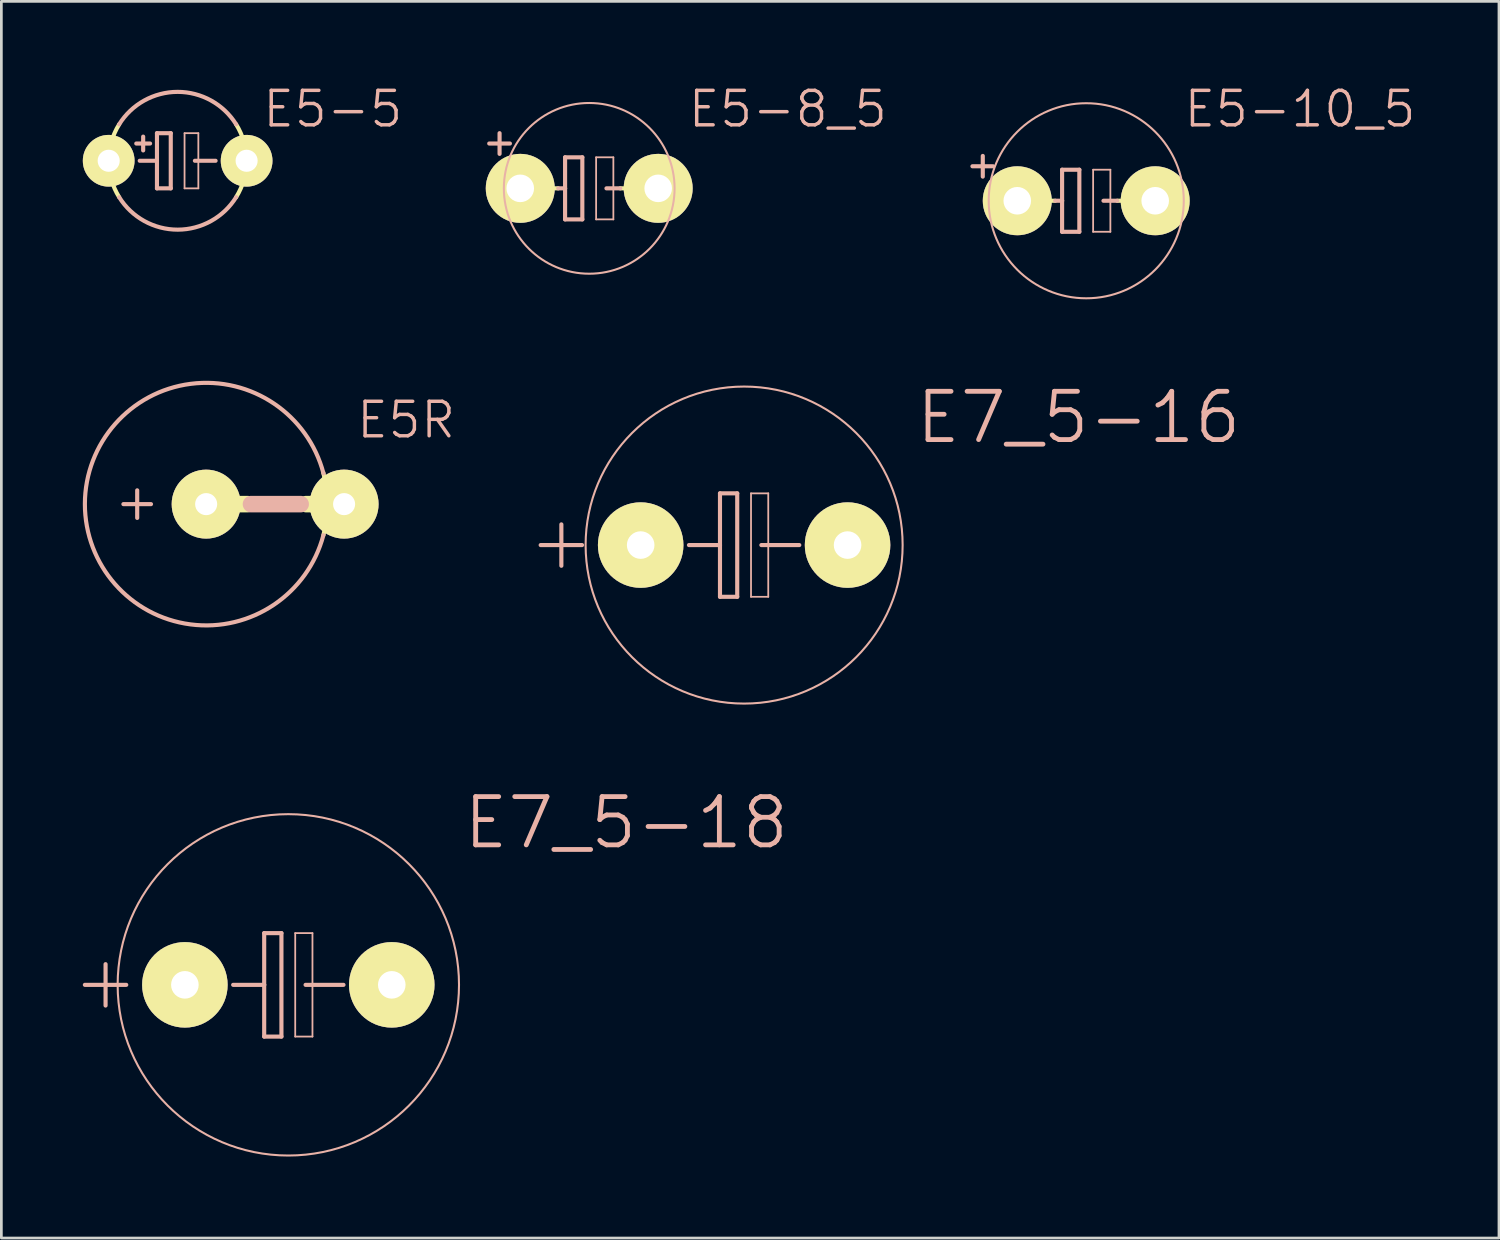
<source format=kicad_pcb>
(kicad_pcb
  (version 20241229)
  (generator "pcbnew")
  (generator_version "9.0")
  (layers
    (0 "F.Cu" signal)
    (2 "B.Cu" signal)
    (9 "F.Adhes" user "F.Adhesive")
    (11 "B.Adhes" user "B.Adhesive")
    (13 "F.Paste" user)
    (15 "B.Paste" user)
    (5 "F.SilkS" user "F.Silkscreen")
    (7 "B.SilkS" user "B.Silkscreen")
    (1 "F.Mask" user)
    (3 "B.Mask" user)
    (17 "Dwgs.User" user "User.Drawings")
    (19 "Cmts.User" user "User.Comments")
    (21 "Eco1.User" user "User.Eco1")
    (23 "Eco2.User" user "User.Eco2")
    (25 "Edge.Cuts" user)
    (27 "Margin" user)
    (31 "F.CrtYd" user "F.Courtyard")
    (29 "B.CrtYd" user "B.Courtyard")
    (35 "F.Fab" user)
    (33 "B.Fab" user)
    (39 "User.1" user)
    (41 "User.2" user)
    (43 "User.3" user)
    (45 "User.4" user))
  (footprint "E7_5-18"
    (layer "F.Cu")
    (at 7.569 33.222)
    (property "Reference" "E7_5-18" (at 12.446 -5.969 0) (layer "B.SilkS") (effects (font (size 1.778 1.778) (thickness 0.178))))
    (attr exclude_from_pos_files exclude_from_bom)
    (fp_line (start -7.493 0) (end -5.969 0) (stroke (width 0.152) (type solid)) (layer "B.SilkS"))
    (fp_line (start -6.731 0.762) (end -6.731 -0.762) (stroke (width 0.152) (type solid)) (layer "B.SilkS"))
    (fp_line (start -0.889 -1.905) (end -0.889 0) (stroke (width 0.152) (type solid)) (layer "B.SilkS"))
    (fp_line (start -0.889 0) (end -2.032 0) (stroke (width 0.152) (type solid)) (layer "B.SilkS"))
    (fp_line (start -0.889 0) (end -0.889 1.905) (stroke (width 0.152) (type solid)) (layer "B.SilkS"))
    (fp_line (start -0.889 1.905) (end -0.254 1.905) (stroke (width 0.152) (type solid)) (layer "B.SilkS"))
    (fp_line (start -0.254 -1.905) (end -0.889 -1.905) (stroke (width 0.152) (type solid)) (layer "B.SilkS"))
    (fp_line (start -0.254 1.905) (end -0.254 -1.905) (stroke (width 0.152) (type solid)) (layer "B.SilkS"))
    (fp_line (start 0.254 -1.905) (end 0.889 -1.905) (stroke (width 0.066) (type solid)) (layer "B.SilkS"))
    (fp_line (start 0.254 1.905) (end 0.254 -1.905) (stroke (width 0.066) (type solid)) (layer "B.SilkS"))
    (fp_line (start 0.254 1.905) (end 0.889 1.905) (stroke (width 0.066) (type solid)) (layer "B.SilkS"))
    (fp_line (start 0.635 0) (end 2.032 0) (stroke (width 0.152) (type solid)) (layer "B.SilkS"))
    (fp_line (start 0.889 1.905) (end 0.889 -1.905) (stroke (width 0.066) (type solid)) (layer "B.SilkS"))
    (fp_circle (center 0 0) (end -4.445 4.445) (stroke (width 0.076) (type solid)) (fill no) (layer "B.SilkS"))
    (pad "+" thru_hole circle (at -3.81 0) (size 3.15 3.15) (drill 1.016) (layers "*.Cu" "F.Mask" "F.SilkS" "F.Paste"))
    (pad "-" thru_hole circle (at 3.81 0) (size 3.15 3.15) (drill 1.016) (layers "*.Cu" "F.Mask" "F.SilkS" "F.Paste")))
  (footprint "E5-8_5"
    (layer "F.Cu")
    (at 18.651 3.887)
    (property "Reference" "E5-8_5" (at 7.315 -2.921 0) (layer "B.SilkS") (effects (font (size 1.27 1.27) (thickness 0.127))))
    (attr exclude_from_pos_files exclude_from_bom)
    (fp_line (start -1.651 0) (end -1.143 0) (stroke (width 0.152) (type solid)) (layer "F.SilkS"))
    (fp_line (start 1.143 0) (end 1.651 0) (stroke (width 0.152) (type solid)) (layer "F.SilkS"))
    (fp_line (start -3.683 -1.651) (end -2.921 -1.651) (stroke (width 0.152) (type solid)) (layer "B.SilkS"))
    (fp_line (start -3.302 -2.032) (end -3.302 -1.27) (stroke (width 0.152) (type solid)) (layer "B.SilkS"))
    (fp_line (start -1.143 0) (end -0.889 0) (stroke (width 0.152) (type solid)) (layer "B.SilkS"))
    (fp_line (start -0.889 -1.143) (end -0.889 0) (stroke (width 0.152) (type solid)) (layer "B.SilkS"))
    (fp_line (start -0.889 0) (end -0.889 1.143) (stroke (width 0.152) (type solid)) (layer "B.SilkS"))
    (fp_line (start -0.889 1.143) (end -0.254 1.143) (stroke (width 0.152) (type solid)) (layer "B.SilkS"))
    (fp_line (start -0.254 -1.143) (end -0.889 -1.143) (stroke (width 0.152) (type solid)) (layer "B.SilkS"))
    (fp_line (start -0.254 1.143) (end -0.254 -1.143) (stroke (width 0.152) (type solid)) (layer "B.SilkS"))
    (fp_line (start 0.254 -1.143) (end 0.889 -1.143) (stroke (width 0.066) (type solid)) (layer "B.SilkS"))
    (fp_line (start 0.254 1.143) (end 0.254 -1.143) (stroke (width 0.066) (type solid)) (layer "B.SilkS"))
    (fp_line (start 0.254 1.143) (end 0.889 1.143) (stroke (width 0.066) (type solid)) (layer "B.SilkS"))
    (fp_line (start 0.635 0) (end 1.143 0) (stroke (width 0.152) (type solid)) (layer "B.SilkS"))
    (fp_line (start 0.889 1.143) (end 0.889 -1.143) (stroke (width 0.066) (type solid)) (layer "B.SilkS"))
    (fp_circle (center 0 0) (end -2.223 2.223) (stroke (width 0.076) (type solid)) (fill no) (layer "B.SilkS"))
    (pad "+" thru_hole circle (at -2.54 0) (size 2.54 2.54) (drill 1.016) (layers "*.Cu" "F.Mask" "F.SilkS" "F.Paste"))
    (pad "-" thru_hole circle (at 2.54 0) (size 2.54 2.54) (drill 1.016) (layers "*.Cu" "F.Mask" "F.SilkS" "F.Paste")))
  (footprint "E5-5"
    (layer "F.Cu")
    (at 3.493 2.871)
    (property "Reference" "E5-5" (at 5.715 -1.905 0) (layer "B.SilkS") (effects (font (size 1.27 1.27) (thickness 0.127))))
    (attr exclude_from_pos_files exclude_from_bom)
    (fp_arc (start -2.15392 1.34112) (mid -2.537316 0.000359) (end -2.154299 -1.34051) (stroke (width 0.1524) (type solid)) (layer "F.SilkS"))
    (fp_arc (start 2.15392 -1.34112) (mid 2.537316 -0.000359) (end 2.154299 1.34051) (stroke (width 0.1524) (type solid)) (layer "F.SilkS"))
    (fp_line (start -1.524 -0.635) (end -1.016 -0.635) (stroke (width 0.152) (type solid)) (layer "B.SilkS"))
    (fp_line (start -1.397 0) (end -0.762 0) (stroke (width 0.152) (type solid)) (layer "B.SilkS"))
    (fp_line (start -1.27 -0.381) (end -1.27 -0.889) (stroke (width 0.152) (type solid)) (layer "B.SilkS"))
    (fp_line (start -0.762 -1.016) (end -0.762 0) (stroke (width 0.152) (type solid)) (layer "B.SilkS"))
    (fp_line (start -0.762 0) (end -0.762 1.016) (stroke (width 0.152) (type solid)) (layer "B.SilkS"))
    (fp_line (start -0.762 1.016) (end -0.254 1.016) (stroke (width 0.152) (type solid)) (layer "B.SilkS"))
    (fp_line (start -0.254 -1.016) (end -0.762 -1.016) (stroke (width 0.152) (type solid)) (layer "B.SilkS"))
    (fp_line (start -0.254 1.016) (end -0.254 -1.016) (stroke (width 0.152) (type solid)) (layer "B.SilkS"))
    (fp_line (start 0.254 -1.016) (end 0.762 -1.016) (stroke (width 0.066) (type solid)) (layer "B.SilkS"))
    (fp_line (start 0.254 1.016) (end 0.254 -1.016) (stroke (width 0.066) (type solid)) (layer "B.SilkS"))
    (fp_line (start 0.254 1.016) (end 0.762 1.016) (stroke (width 0.066) (type solid)) (layer "B.SilkS"))
    (fp_line (start 0.635 0) (end 1.397 0) (stroke (width 0.152) (type solid)) (layer "B.SilkS"))
    (fp_line (start 0.762 1.016) (end 0.762 -1.016) (stroke (width 0.066) (type solid)) (layer "B.SilkS"))
    (fp_arc (start -2.15392 -1.34112) (mid -0.001855 -2.537316) (end 2.151957 -1.344268) (stroke (width 0.1524) (type solid)) (layer "B.SilkS"))
    (fp_arc (start 2.15392 1.34112) (mid 0.001855 2.537316) (end -2.151957 1.344268) (stroke (width 0.1524) (type solid)) (layer "B.SilkS"))
    (pad "+" thru_hole circle (at -2.54 0) (size 1.905 1.905) (drill 0.813) (layers "*.Cu" "F.Mask" "F.SilkS" "F.Paste"))
    (pad "-" thru_hole circle (at 2.54 0) (size 1.905 1.905) (drill 0.813) (layers "*.Cu" "F.Mask" "F.SilkS" "F.Paste")))
  (footprint "E5R"
    (layer "F.Cu")
    (at 7.083 15.517)
    (property "Reference" "E5R" (at 4.826 -3.099 0) (layer "B.SilkS") (effects (font (size 1.27 1.27) (thickness 0.127))))
    (attr exclude_from_pos_files exclude_from_bom)
    (fp_line (start -2.54 0) (end -1.016 0) (stroke (width 0.61) (type solid)) (layer "F.SilkS"))
    (fp_line (start 2.54 0) (end 1.143 0) (stroke (width 0.61) (type solid)) (layer "F.SilkS"))
    (fp_arc (start 1.77292 -1.16078) (mid 1.926377 -0.012757) (end 1.77948 1.136124) (stroke (width 0.1524) (type solid)) (layer "F.SilkS"))
    (fp_line (start -5.588 0) (end -4.572 0) (stroke (width 0.152) (type solid)) (layer "B.SilkS"))
    (fp_line (start -5.08 0.508) (end -5.08 -0.508) (stroke (width 0.152) (type solid)) (layer "B.SilkS"))
    (fp_line (start -0.889 0) (end 0.94 0) (stroke (width 0.61) (type solid)) (layer "B.SilkS"))
    (fp_arc (start 1.778 1.143) (mid -7.006714 -0.005962) (end 1.781036 -1.131468) (stroke (width 0.1524) (type solid)) (layer "B.SilkS"))
    (pad "+" thru_hole circle (at -2.54 0) (size 2.54 2.54) (drill 0.813) (layers "*.Cu" "F.Mask" "F.SilkS" "F.Paste"))
    (pad "-" thru_hole circle (at 2.54 0) (size 2.54 2.54) (drill 0.813) (layers "*.Cu" "F.Mask" "F.SilkS" "F.Paste")))
  (footprint "E7_5-16"
    (layer "F.Cu")
    (at 24.356 17.025)
    (property "Reference" "E7_5-16" (at 12.319 -4.699 0) (layer "B.SilkS") (effects (font (size 1.778 1.778) (thickness 0.178))))
    (attr exclude_from_pos_files exclude_from_bom)
    (fp_line (start -7.493 0) (end -5.969 0) (stroke (width 0.152) (type solid)) (layer "B.SilkS"))
    (fp_line (start -6.731 0.762) (end -6.731 -0.762) (stroke (width 0.152) (type solid)) (layer "B.SilkS"))
    (fp_line (start -0.889 -1.905) (end -0.889 0) (stroke (width 0.152) (type solid)) (layer "B.SilkS"))
    (fp_line (start -0.889 0) (end -2.032 0) (stroke (width 0.152) (type solid)) (layer "B.SilkS"))
    (fp_line (start -0.889 0) (end -0.889 1.905) (stroke (width 0.152) (type solid)) (layer "B.SilkS"))
    (fp_line (start -0.889 1.905) (end -0.254 1.905) (stroke (width 0.152) (type solid)) (layer "B.SilkS"))
    (fp_line (start -0.254 -1.905) (end -0.889 -1.905) (stroke (width 0.152) (type solid)) (layer "B.SilkS"))
    (fp_line (start -0.254 1.905) (end -0.254 -1.905) (stroke (width 0.152) (type solid)) (layer "B.SilkS"))
    (fp_line (start 0.254 -1.905) (end 0.889 -1.905) (stroke (width 0.066) (type solid)) (layer "B.SilkS"))
    (fp_line (start 0.254 1.905) (end 0.254 -1.905) (stroke (width 0.066) (type solid)) (layer "B.SilkS"))
    (fp_line (start 0.254 1.905) (end 0.889 1.905) (stroke (width 0.066) (type solid)) (layer "B.SilkS"))
    (fp_line (start 0.635 0) (end 2.032 0) (stroke (width 0.152) (type solid)) (layer "B.SilkS"))
    (fp_line (start 0.889 1.905) (end 0.889 -1.905) (stroke (width 0.066) (type solid)) (layer "B.SilkS"))
    (fp_circle (center 0 0) (end -4.128 4.128) (stroke (width 0.076) (type solid)) (fill no) (layer "B.SilkS"))
    (pad "+" thru_hole circle (at -3.81 0) (size 3.15 3.15) (drill 1.016) (layers "*.Cu" "F.Mask" "F.SilkS" "F.Paste"))
    (pad "-" thru_hole circle (at 3.81 0) (size 3.15 3.15) (drill 1.016) (layers "*.Cu" "F.Mask" "F.SilkS" "F.Paste")))
  (footprint "E5-10_5"
    (layer "F.Cu")
    (at 36.956 4.344)
    (property "Reference" "E5-10_5" (at 7.874 -3.378 0) (layer "B.SilkS") (effects (font (size 1.27 1.27) (thickness 0.127))))
    (attr exclude_from_pos_files exclude_from_bom)
    (fp_line (start -1.651 0) (end -1.143 0) (stroke (width 0.152) (type solid)) (layer "F.SilkS"))
    (fp_line (start 1.143 0) (end 1.651 0) (stroke (width 0.152) (type solid)) (layer "F.SilkS"))
    (fp_line (start -3.81 -1.651) (end -3.81 -0.889) (stroke (width 0.152) (type solid)) (layer "B.SilkS"))
    (fp_line (start -3.429 -1.27) (end -4.191 -1.27) (stroke (width 0.152) (type solid)) (layer "B.SilkS"))
    (fp_line (start -1.143 0) (end -0.889 0) (stroke (width 0.152) (type solid)) (layer "B.SilkS"))
    (fp_line (start -0.889 -1.143) (end -0.889 0) (stroke (width 0.152) (type solid)) (layer "B.SilkS"))
    (fp_line (start -0.889 0) (end -0.889 1.143) (stroke (width 0.152) (type solid)) (layer "B.SilkS"))
    (fp_line (start -0.889 1.143) (end -0.254 1.143) (stroke (width 0.152) (type solid)) (layer "B.SilkS"))
    (fp_line (start -0.254 -1.143) (end -0.889 -1.143) (stroke (width 0.152) (type solid)) (layer "B.SilkS"))
    (fp_line (start -0.254 1.143) (end -0.254 -1.143) (stroke (width 0.152) (type solid)) (layer "B.SilkS"))
    (fp_line (start 0.254 -1.143) (end 0.889 -1.143) (stroke (width 0.066) (type solid)) (layer "B.SilkS"))
    (fp_line (start 0.254 1.143) (end 0.254 -1.143) (stroke (width 0.066) (type solid)) (layer "B.SilkS"))
    (fp_line (start 0.254 1.143) (end 0.889 1.143) (stroke (width 0.066) (type solid)) (layer "B.SilkS"))
    (fp_line (start 0.635 0) (end 1.143 0) (stroke (width 0.152) (type solid)) (layer "B.SilkS"))
    (fp_line (start 0.889 1.143) (end 0.889 -1.143) (stroke (width 0.066) (type solid)) (layer "B.SilkS"))
    (fp_circle (center 0 0) (end -2.54 2.54) (stroke (width 0.076) (type solid)) (fill no) (layer "B.SilkS"))
    (pad "+" thru_hole circle (at -2.54 0) (size 2.54 2.54) (drill 1.016) (layers "*.Cu" "F.Mask" "F.SilkS" "F.Paste"))
    (pad "-" thru_hole circle (at 2.54 0) (size 2.54 2.54) (drill 1.016) (layers "*.Cu" "F.Mask" "F.SilkS" "F.Paste")))
  (gr_rect
    (start -3 -3)
    (end 52.157 42.546)
    (stroke (width 0.1) (type default))
    (fill no)
    (layer "Edge.Cuts")))
</source>
